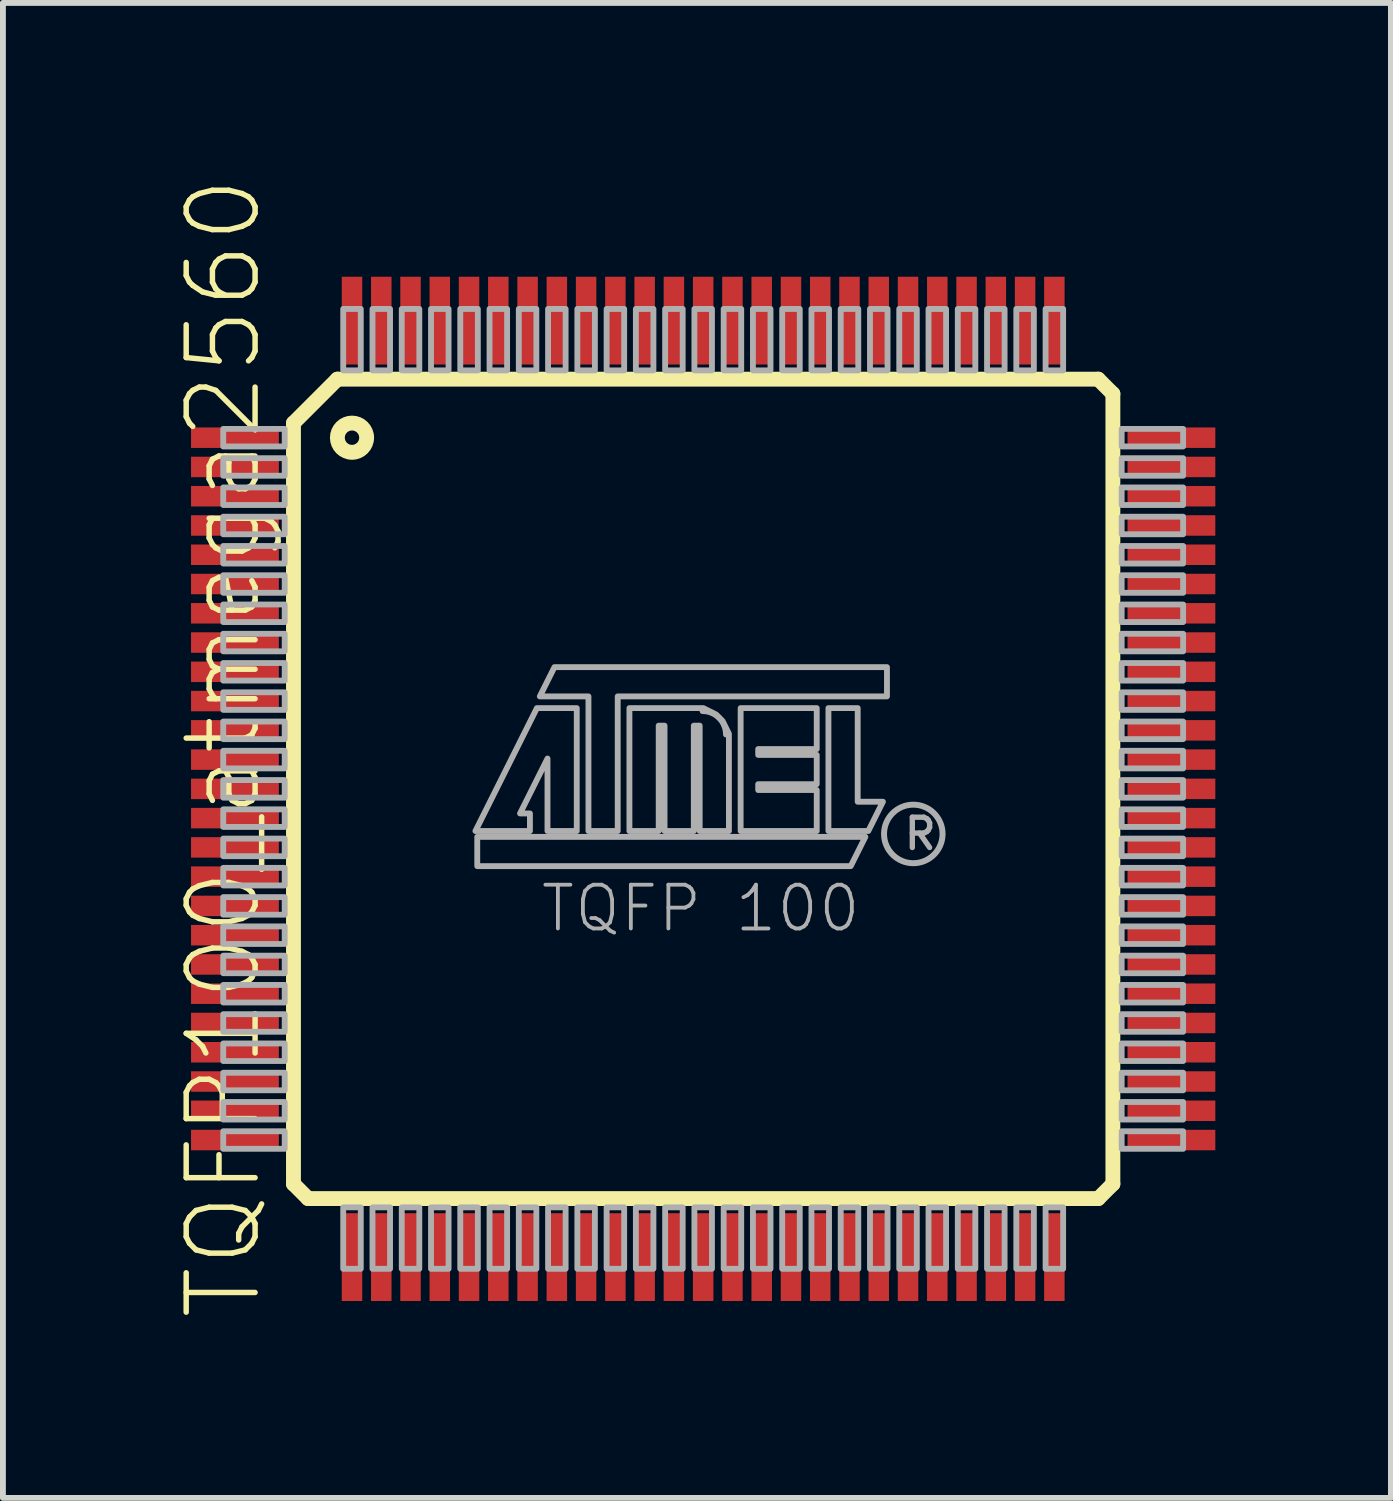
<source format=kicad_pcb>
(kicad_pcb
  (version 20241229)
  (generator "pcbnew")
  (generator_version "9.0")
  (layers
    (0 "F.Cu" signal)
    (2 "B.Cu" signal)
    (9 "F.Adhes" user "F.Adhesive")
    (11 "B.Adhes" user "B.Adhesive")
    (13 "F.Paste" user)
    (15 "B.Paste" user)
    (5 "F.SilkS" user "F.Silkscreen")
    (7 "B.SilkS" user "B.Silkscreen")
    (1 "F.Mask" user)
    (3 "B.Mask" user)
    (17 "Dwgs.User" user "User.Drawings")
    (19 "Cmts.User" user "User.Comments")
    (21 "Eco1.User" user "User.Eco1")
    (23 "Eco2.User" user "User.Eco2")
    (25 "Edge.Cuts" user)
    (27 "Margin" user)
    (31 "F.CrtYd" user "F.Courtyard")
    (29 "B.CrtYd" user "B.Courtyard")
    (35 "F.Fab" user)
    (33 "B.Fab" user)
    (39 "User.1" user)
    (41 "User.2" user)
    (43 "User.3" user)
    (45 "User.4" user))
  (footprint "TQFP100_atmega2560"
    (layer "F.Cu")
    (at 8.964 10.428)
    (property "Reference" "TQFP100_atmega2560" (at -7.507 9.114 90) (unlocked yes) (layer "F.SilkS") (effects (font (size 1.177 1.177) (thickness 0.093)) (justify left bottom)))
    (fp_line (start -7 -6.25) (end -6.25 -7) (stroke (width 0.254) (type solid)) (layer "F.SilkS"))
    (fp_line (start -7 6.75) (end -7 -6.25) (stroke (width 0.254) (type solid)) (layer "F.SilkS"))
    (fp_line (start -6.75 7) (end -7 6.75) (stroke (width 0.254) (type solid)) (layer "F.SilkS"))
    (fp_line (start -6.25 -7) (end 6.75 -7) (stroke (width 0.254) (type solid)) (layer "F.SilkS"))
    (fp_line (start 6.75 -7) (end 7 -6.75) (stroke (width 0.254) (type solid)) (layer "F.SilkS"))
    (fp_line (start 6.75 7) (end -6.75 7) (stroke (width 0.254) (type solid)) (layer "F.SilkS"))
    (fp_line (start 7 -6.75) (end 7 6.75) (stroke (width 0.254) (type solid)) (layer "F.SilkS"))
    (fp_line (start 7 6.75) (end 6.75 7) (stroke (width 0.254) (type solid)) (layer "F.SilkS"))
    (fp_circle (center -6 -6) (end -5.75 -6) (stroke (width 0.254) (type solid)) (fill no) (layer "F.SilkS"))
    (fp_arc (start -0.0099 -1.3298) (mid 0.272872 -1.212672) (end 0.39 -0.9299) (stroke (width 0.1016) (type solid)) (layer "F.Fab"))
    (fp_circle (center 3.59 0.77) (end 4.09 0.77) (stroke (width 0.102) (type solid)) (fill no) (layer "F.Fab"))
    (fp_poly (pts (xy -8.2 -5.85) (xy -7.15 -5.85) (xy -7.15 -6.15) (xy -8.2 -6.15)) (stroke (width 0.1) (type default)) (fill no) (layer "F.Fab"))
    (fp_poly (pts (xy -8.2 -5.35) (xy -7.15 -5.35) (xy -7.15 -5.65) (xy -8.2 -5.65)) (stroke (width 0.1) (type default)) (fill no) (layer "F.Fab"))
    (fp_poly (pts (xy -8.2 -4.85) (xy -7.15 -4.85) (xy -7.15 -5.15) (xy -8.2 -5.15)) (stroke (width 0.1) (type default)) (fill no) (layer "F.Fab"))
    (fp_poly (pts (xy -8.2 -4.35) (xy -7.15 -4.35) (xy -7.15 -4.65) (xy -8.2 -4.65)) (stroke (width 0.1) (type default)) (fill no) (layer "F.Fab"))
    (fp_poly (pts (xy -8.2 -3.85) (xy -7.15 -3.85) (xy -7.15 -4.15) (xy -8.2 -4.15)) (stroke (width 0.1) (type default)) (fill no) (layer "F.Fab"))
    (fp_poly (pts (xy -8.2 -3.35) (xy -7.15 -3.35) (xy -7.15 -3.65) (xy -8.2 -3.65)) (stroke (width 0.1) (type default)) (fill no) (layer "F.Fab"))
    (fp_poly (pts (xy -8.2 -2.85) (xy -7.15 -2.85) (xy -7.15 -3.15) (xy -8.2 -3.15)) (stroke (width 0.1) (type default)) (fill no) (layer "F.Fab"))
    (fp_poly (pts (xy -8.2 -2.35) (xy -7.15 -2.35) (xy -7.15 -2.65) (xy -8.2 -2.65)) (stroke (width 0.1) (type default)) (fill no) (layer "F.Fab"))
    (fp_poly (pts (xy -8.2 -1.85) (xy -7.15 -1.85) (xy -7.15 -2.15) (xy -8.2 -2.15)) (stroke (width 0.1) (type default)) (fill no) (layer "F.Fab"))
    (fp_poly (pts (xy -8.2 -1.35) (xy -7.15 -1.35) (xy -7.15 -1.65) (xy -8.2 -1.65)) (stroke (width 0.1) (type default)) (fill no) (layer "F.Fab"))
    (fp_poly (pts (xy -8.2 -0.85) (xy -7.15 -0.85) (xy -7.15 -1.15) (xy -8.2 -1.15)) (stroke (width 0.1) (type default)) (fill no) (layer "F.Fab"))
    (fp_poly (pts (xy -8.2 -0.35) (xy -7.15 -0.35) (xy -7.15 -0.65) (xy -8.2 -0.65)) (stroke (width 0.1) (type default)) (fill no) (layer "F.Fab"))
    (fp_poly (pts (xy -8.2 0.15) (xy -7.15 0.15) (xy -7.15 -0.15) (xy -8.2 -0.15)) (stroke (width 0.1) (type default)) (fill no) (layer "F.Fab"))
    (fp_poly (pts (xy -8.2 0.65) (xy -7.15 0.65) (xy -7.15 0.35) (xy -8.2 0.35)) (stroke (width 0.1) (type default)) (fill no) (layer "F.Fab"))
    (fp_poly (pts (xy -8.2 1.15) (xy -7.15 1.15) (xy -7.15 0.85) (xy -8.2 0.85)) (stroke (width 0.1) (type default)) (fill no) (layer "F.Fab"))
    (fp_poly (pts (xy -8.2 1.65) (xy -7.15 1.65) (xy -7.15 1.35) (xy -8.2 1.35)) (stroke (width 0.1) (type default)) (fill no) (layer "F.Fab"))
    (fp_poly (pts (xy -8.2 2.15) (xy -7.15 2.15) (xy -7.15 1.85) (xy -8.2 1.85)) (stroke (width 0.1) (type default)) (fill no) (layer "F.Fab"))
    (fp_poly (pts (xy -8.2 2.65) (xy -7.15 2.65) (xy -7.15 2.35) (xy -8.2 2.35)) (stroke (width 0.1) (type default)) (fill no) (layer "F.Fab"))
    (fp_poly (pts (xy -8.2 3.15) (xy -7.15 3.15) (xy -7.15 2.85) (xy -8.2 2.85)) (stroke (width 0.1) (type default)) (fill no) (layer "F.Fab"))
    (fp_poly (pts (xy -8.2 3.65) (xy -7.15 3.65) (xy -7.15 3.35) (xy -8.2 3.35)) (stroke (width 0.1) (type default)) (fill no) (layer "F.Fab"))
    (fp_poly (pts (xy -8.2 4.15) (xy -7.15 4.15) (xy -7.15 3.85) (xy -8.2 3.85)) (stroke (width 0.1) (type default)) (fill no) (layer "F.Fab"))
    (fp_poly (pts (xy -8.2 4.65) (xy -7.15 4.65) (xy -7.15 4.35) (xy -8.2 4.35)) (stroke (width 0.1) (type default)) (fill no) (layer "F.Fab"))
    (fp_poly (pts (xy -8.2 5.15) (xy -7.15 5.15) (xy -7.15 4.85) (xy -8.2 4.85)) (stroke (width 0.1) (type default)) (fill no) (layer "F.Fab"))
    (fp_poly (pts (xy -8.2 5.65) (xy -7.15 5.65) (xy -7.15 5.35) (xy -8.2 5.35)) (stroke (width 0.1) (type default)) (fill no) (layer "F.Fab"))
    (fp_poly (pts (xy -8.2 6.15) (xy -7.15 6.15) (xy -7.15 5.85) (xy -8.2 5.85)) (stroke (width 0.1) (type default)) (fill no) (layer "F.Fab"))
    (fp_poly (pts (xy -6.15 -7.15) (xy -5.85 -7.15) (xy -5.85 -8.2) (xy -6.15 -8.2)) (stroke (width 0.1) (type default)) (fill no) (layer "F.Fab"))
    (fp_poly (pts (xy -6.15 8.2) (xy -5.85 8.2) (xy -5.85 7.15) (xy -6.15 7.15)) (stroke (width 0.1) (type default)) (fill no) (layer "F.Fab"))
    (fp_poly (pts (xy -5.65 -7.15) (xy -5.35 -7.15) (xy -5.35 -8.2) (xy -5.65 -8.2)) (stroke (width 0.1) (type default)) (fill no) (layer "F.Fab"))
    (fp_poly (pts (xy -5.65 8.2) (xy -5.35 8.2) (xy -5.35 7.15) (xy -5.65 7.15)) (stroke (width 0.1) (type default)) (fill no) (layer "F.Fab"))
    (fp_poly (pts (xy -5.15 -7.15) (xy -4.85 -7.15) (xy -4.85 -8.2) (xy -5.15 -8.2)) (stroke (width 0.1) (type default)) (fill no) (layer "F.Fab"))
    (fp_poly (pts (xy -5.15 8.2) (xy -4.85 8.2) (xy -4.85 7.15) (xy -5.15 7.15)) (stroke (width 0.1) (type default)) (fill no) (layer "F.Fab"))
    (fp_poly (pts (xy -4.65 -7.15) (xy -4.35 -7.15) (xy -4.35 -8.2) (xy -4.65 -8.2)) (stroke (width 0.1) (type default)) (fill no) (layer "F.Fab"))
    (fp_poly (pts (xy -4.65 8.2) (xy -4.35 8.2) (xy -4.35 7.15) (xy -4.65 7.15)) (stroke (width 0.1) (type default)) (fill no) (layer "F.Fab"))
    (fp_poly (pts (xy -4.15 -7.15) (xy -3.85 -7.15) (xy -3.85 -8.2) (xy -4.15 -8.2)) (stroke (width 0.1) (type default)) (fill no) (layer "F.Fab"))
    (fp_poly (pts (xy -4.15 8.2) (xy -3.85 8.2) (xy -3.85 7.15) (xy -4.15 7.15)) (stroke (width 0.1) (type default)) (fill no) (layer "F.Fab"))
    (fp_poly (pts (xy -3.65 -7.15) (xy -3.35 -7.15) (xy -3.35 -8.2) (xy -3.65 -8.2)) (stroke (width 0.1) (type default)) (fill no) (layer "F.Fab"))
    (fp_poly (pts (xy -3.65 8.2) (xy -3.35 8.2) (xy -3.35 7.15) (xy -3.65 7.15)) (stroke (width 0.1) (type default)) (fill no) (layer "F.Fab"))
    (fp_poly (pts (xy -3.15 -7.15) (xy -2.85 -7.15) (xy -2.85 -8.2) (xy -3.15 -8.2)) (stroke (width 0.1) (type default)) (fill no) (layer "F.Fab"))
    (fp_poly (pts (xy -3.15 8.2) (xy -2.85 8.2) (xy -2.85 7.15) (xy -3.15 7.15)) (stroke (width 0.1) (type default)) (fill no) (layer "F.Fab"))
    (fp_poly (pts (xy -2.65 -7.15) (xy -2.35 -7.15) (xy -2.35 -8.2) (xy -2.65 -8.2)) (stroke (width 0.1) (type default)) (fill no) (layer "F.Fab"))
    (fp_poly (pts (xy -2.65 8.2) (xy -2.35 8.2) (xy -2.35 7.15) (xy -2.65 7.15)) (stroke (width 0.1) (type default)) (fill no) (layer "F.Fab"))
    (fp_poly (pts (xy -2.15 -7.15) (xy -1.85 -7.15) (xy -1.85 -8.2) (xy -2.15 -8.2)) (stroke (width 0.1) (type default)) (fill no) (layer "F.Fab"))
    (fp_poly (pts (xy -2.15 8.2) (xy -1.85 8.2) (xy -1.85 7.15) (xy -2.15 7.15)) (stroke (width 0.1) (type default)) (fill no) (layer "F.Fab"))
    (fp_poly (pts (xy -1.65 -7.15) (xy -1.35 -7.15) (xy -1.35 -8.2) (xy -1.65 -8.2)) (stroke (width 0.1) (type default)) (fill no) (layer "F.Fab"))
    (fp_poly (pts (xy -1.65 8.2) (xy -1.35 8.2) (xy -1.35 7.15) (xy -1.65 7.15)) (stroke (width 0.1) (type default)) (fill no) (layer "F.Fab"))
    (fp_poly (pts (xy -1.15 -7.15) (xy -0.85 -7.15) (xy -0.85 -8.2) (xy -1.15 -8.2)) (stroke (width 0.1) (type default)) (fill no) (layer "F.Fab"))
    (fp_poly (pts (xy -1.15 8.2) (xy -0.85 8.2) (xy -0.85 7.15) (xy -1.15 7.15)) (stroke (width 0.1) (type default)) (fill no) (layer "F.Fab"))
    (fp_poly (pts (xy -0.65 -7.15) (xy -0.35 -7.15) (xy -0.35 -8.2) (xy -0.65 -8.2)) (stroke (width 0.1) (type default)) (fill no) (layer "F.Fab"))
    (fp_poly (pts (xy -0.65 8.2) (xy -0.35 8.2) (xy -0.35 7.15) (xy -0.65 7.15)) (stroke (width 0.1) (type default)) (fill no) (layer "F.Fab"))
    (fp_poly (pts (xy -0.15 -7.15) (xy 0.15 -7.15) (xy 0.15 -8.2) (xy -0.15 -8.2)) (stroke (width 0.1) (type default)) (fill no) (layer "F.Fab"))
    (fp_poly (pts (xy -0.15 8.2) (xy 0.15 8.2) (xy 0.15 7.15) (xy -0.15 7.15)) (stroke (width 0.1) (type default)) (fill no) (layer "F.Fab"))
    (fp_poly (pts (xy 0.35 -7.15) (xy 0.65 -7.15) (xy 0.65 -8.2) (xy 0.35 -8.2)) (stroke (width 0.1) (type default)) (fill no) (layer "F.Fab"))
    (fp_poly (pts (xy 0.35 8.2) (xy 0.65 8.2) (xy 0.65 7.15) (xy 0.35 7.15)) (stroke (width 0.1) (type default)) (fill no) (layer "F.Fab"))
    (fp_poly (pts (xy 0.85 -7.15) (xy 1.15 -7.15) (xy 1.15 -8.2) (xy 0.85 -8.2)) (stroke (width 0.1) (type default)) (fill no) (layer "F.Fab"))
    (fp_poly (pts (xy 0.85 8.2) (xy 1.15 8.2) (xy 1.15 7.15) (xy 0.85 7.15)) (stroke (width 0.1) (type default)) (fill no) (layer "F.Fab"))
    (fp_poly (pts (xy 1.35 -7.15) (xy 1.65 -7.15) (xy 1.65 -8.2) (xy 1.35 -8.2)) (stroke (width 0.1) (type default)) (fill no) (layer "F.Fab"))
    (fp_poly (pts (xy 1.35 8.2) (xy 1.65 8.2) (xy 1.65 7.15) (xy 1.35 7.15)) (stroke (width 0.1) (type default)) (fill no) (layer "F.Fab"))
    (fp_poly (pts (xy 1.85 -7.15) (xy 2.15 -7.15) (xy 2.15 -8.2) (xy 1.85 -8.2)) (stroke (width 0.1) (type default)) (fill no) (layer "F.Fab"))
    (fp_poly (pts (xy 1.85 8.2) (xy 2.15 8.2) (xy 2.15 7.15) (xy 1.85 7.15)) (stroke (width 0.1) (type default)) (fill no) (layer "F.Fab"))
    (fp_poly (pts (xy 2.35 -7.15) (xy 2.65 -7.15) (xy 2.65 -8.2) (xy 2.35 -8.2)) (stroke (width 0.1) (type default)) (fill no) (layer "F.Fab"))
    (fp_poly (pts (xy 2.35 8.2) (xy 2.65 8.2) (xy 2.65 7.15) (xy 2.35 7.15)) (stroke (width 0.1) (type default)) (fill no) (layer "F.Fab"))
    (fp_poly (pts (xy 2.521 1.32) (xy -3.86 1.32) (xy -3.86 0.82) (xy 2.771 0.82)) (stroke (width 0.1) (type default)) (fill no) (layer "F.Fab"))
    (fp_poly (pts (xy 2.85 -7.15) (xy 3.15 -7.15) (xy 3.15 -8.2) (xy 2.85 -8.2)) (stroke (width 0.1) (type default)) (fill no) (layer "F.Fab"))
    (fp_poly (pts (xy 2.85 8.2) (xy 3.15 8.2) (xy 3.15 7.15) (xy 2.85 7.15)) (stroke (width 0.1) (type default)) (fill no) (layer "F.Fab"))
    (fp_poly (pts (xy 3.35 -7.15) (xy 3.65 -7.15) (xy 3.65 -8.2) (xy 3.35 -8.2)) (stroke (width 0.1) (type default)) (fill no) (layer "F.Fab"))
    (fp_poly (pts (xy 3.35 8.2) (xy 3.65 8.2) (xy 3.65 7.15) (xy 3.35 7.15)) (stroke (width 0.1) (type default)) (fill no) (layer "F.Fab"))
    (fp_poly (pts (xy 3.85 -7.15) (xy 4.15 -7.15) (xy 4.15 -8.2) (xy 3.85 -8.2)) (stroke (width 0.1) (type default)) (fill no) (layer "F.Fab"))
    (fp_poly (pts (xy 3.85 8.2) (xy 4.15 8.2) (xy 4.15 7.15) (xy 3.85 7.15)) (stroke (width 0.1) (type default)) (fill no) (layer "F.Fab"))
    (fp_poly (pts (xy 4.35 -7.15) (xy 4.65 -7.15) (xy 4.65 -8.2) (xy 4.35 -8.2)) (stroke (width 0.1) (type default)) (fill no) (layer "F.Fab"))
    (fp_poly (pts (xy 4.35 8.2) (xy 4.65 8.2) (xy 4.65 7.15) (xy 4.35 7.15)) (stroke (width 0.1) (type default)) (fill no) (layer "F.Fab"))
    (fp_poly (pts (xy 4.85 -7.15) (xy 5.15 -7.15) (xy 5.15 -8.2) (xy 4.85 -8.2)) (stroke (width 0.1) (type default)) (fill no) (layer "F.Fab"))
    (fp_poly (pts (xy 4.85 8.2) (xy 5.15 8.2) (xy 5.15 7.15) (xy 4.85 7.15)) (stroke (width 0.1) (type default)) (fill no) (layer "F.Fab"))
    (fp_poly (pts (xy 5.35 -7.15) (xy 5.65 -7.15) (xy 5.65 -8.2) (xy 5.35 -8.2)) (stroke (width 0.1) (type default)) (fill no) (layer "F.Fab"))
    (fp_poly (pts (xy 5.35 8.2) (xy 5.65 8.2) (xy 5.65 7.15) (xy 5.35 7.15)) (stroke (width 0.1) (type default)) (fill no) (layer "F.Fab"))
    (fp_poly (pts (xy 5.85 -7.15) (xy 6.15 -7.15) (xy 6.15 -8.2) (xy 5.85 -8.2)) (stroke (width 0.1) (type default)) (fill no) (layer "F.Fab"))
    (fp_poly (pts (xy 5.85 8.2) (xy 6.15 8.2) (xy 6.15 7.15) (xy 5.85 7.15)) (stroke (width 0.1) (type default)) (fill no) (layer "F.Fab"))
    (fp_poly (pts (xy 7.15 -5.85) (xy 8.2 -5.85) (xy 8.2 -6.15) (xy 7.15 -6.15)) (stroke (width 0.1) (type default)) (fill no) (layer "F.Fab"))
    (fp_poly (pts (xy 7.15 -5.35) (xy 8.2 -5.35) (xy 8.2 -5.65) (xy 7.15 -5.65)) (stroke (width 0.1) (type default)) (fill no) (layer "F.Fab"))
    (fp_poly (pts (xy 7.15 -4.85) (xy 8.2 -4.85) (xy 8.2 -5.15) (xy 7.15 -5.15)) (stroke (width 0.1) (type default)) (fill no) (layer "F.Fab"))
    (fp_poly (pts (xy 7.15 -4.35) (xy 8.2 -4.35) (xy 8.2 -4.65) (xy 7.15 -4.65)) (stroke (width 0.1) (type default)) (fill no) (layer "F.Fab"))
    (fp_poly (pts (xy 7.15 -3.85) (xy 8.2 -3.85) (xy 8.2 -4.15) (xy 7.15 -4.15)) (stroke (width 0.1) (type default)) (fill no) (layer "F.Fab"))
    (fp_poly (pts (xy 7.15 -3.35) (xy 8.2 -3.35) (xy 8.2 -3.65) (xy 7.15 -3.65)) (stroke (width 0.1) (type default)) (fill no) (layer "F.Fab"))
    (fp_poly (pts (xy 7.15 -2.85) (xy 8.2 -2.85) (xy 8.2 -3.15) (xy 7.15 -3.15)) (stroke (width 0.1) (type default)) (fill no) (layer "F.Fab"))
    (fp_poly (pts (xy 7.15 -2.35) (xy 8.2 -2.35) (xy 8.2 -2.65) (xy 7.15 -2.65)) (stroke (width 0.1) (type default)) (fill no) (layer "F.Fab"))
    (fp_poly (pts (xy 7.15 -1.85) (xy 8.2 -1.85) (xy 8.2 -2.15) (xy 7.15 -2.15)) (stroke (width 0.1) (type default)) (fill no) (layer "F.Fab"))
    (fp_poly (pts (xy 7.15 -1.35) (xy 8.2 -1.35) (xy 8.2 -1.65) (xy 7.15 -1.65)) (stroke (width 0.1) (type default)) (fill no) (layer "F.Fab"))
    (fp_poly (pts (xy 7.15 -0.85) (xy 8.2 -0.85) (xy 8.2 -1.15) (xy 7.15 -1.15)) (stroke (width 0.1) (type default)) (fill no) (layer "F.Fab"))
    (fp_poly (pts (xy 7.15 -0.35) (xy 8.2 -0.35) (xy 8.2 -0.65) (xy 7.15 -0.65)) (stroke (width 0.1) (type default)) (fill no) (layer "F.Fab"))
    (fp_poly (pts (xy 7.15 0.15) (xy 8.2 0.15) (xy 8.2 -0.15) (xy 7.15 -0.15)) (stroke (width 0.1) (type default)) (fill no) (layer "F.Fab"))
    (fp_poly (pts (xy 7.15 0.65) (xy 8.2 0.65) (xy 8.2 0.35) (xy 7.15 0.35)) (stroke (width 0.1) (type default)) (fill no) (layer "F.Fab"))
    (fp_poly (pts (xy 7.15 1.15) (xy 8.2 1.15) (xy 8.2 0.85) (xy 7.15 0.85)) (stroke (width 0.1) (type default)) (fill no) (layer "F.Fab"))
    (fp_poly (pts (xy 7.15 1.65) (xy 8.2 1.65) (xy 8.2 1.35) (xy 7.15 1.35)) (stroke (width 0.1) (type default)) (fill no) (layer "F.Fab"))
    (fp_poly (pts (xy 7.15 2.15) (xy 8.2 2.15) (xy 8.2 1.85) (xy 7.15 1.85)) (stroke (width 0.1) (type default)) (fill no) (layer "F.Fab"))
    (fp_poly (pts (xy 7.15 2.65) (xy 8.2 2.65) (xy 8.2 2.35) (xy 7.15 2.35)) (stroke (width 0.1) (type default)) (fill no) (layer "F.Fab"))
    (fp_poly (pts (xy 7.15 3.15) (xy 8.2 3.15) (xy 8.2 2.85) (xy 7.15 2.85)) (stroke (width 0.1) (type default)) (fill no) (layer "F.Fab"))
    (fp_poly (pts (xy 7.15 3.65) (xy 8.2 3.65) (xy 8.2 3.35) (xy 7.15 3.35)) (stroke (width 0.1) (type default)) (fill no) (layer "F.Fab"))
    (fp_poly (pts (xy 7.15 4.15) (xy 8.2 4.15) (xy 8.2 3.85) (xy 7.15 3.85)) (stroke (width 0.1) (type default)) (fill no) (layer "F.Fab"))
    (fp_poly (pts (xy 7.15 4.65) (xy 8.2 4.65) (xy 8.2 4.35) (xy 7.15 4.35)) (stroke (width 0.1) (type default)) (fill no) (layer "F.Fab"))
    (fp_poly (pts (xy 7.15 5.15) (xy 8.2 5.15) (xy 8.2 4.85) (xy 7.15 4.85)) (stroke (width 0.1) (type default)) (fill no) (layer "F.Fab"))
    (fp_poly (pts (xy 7.15 5.65) (xy 8.2 5.65) (xy 8.2 5.35) (xy 7.15 5.35)) (stroke (width 0.1) (type default)) (fill no) (layer "F.Fab"))
    (fp_poly (pts (xy 7.15 6.15) (xy 8.2 6.15) (xy 8.2 5.85) (xy 7.15 5.85)) (stroke (width 0.1) (type default)) (fill no) (layer "F.Fab"))
    (fp_poly (pts (xy 2.64 0.22) (xy 3.071 0.22) (xy 2.821 0.72) (xy 2.14 0.72) (xy 2.14 -1.38) (xy 2.64 -1.38)) (stroke (width 0.1) (type default)) (fill no) (layer "F.Fab"))
    (fp_poly (pts (xy 3.14 -1.58) (xy -1.46 -1.58) (xy -1.46 0.72) (xy -1.96 0.72) (xy -1.96 -1.58) (xy -2.791 -1.58) (xy -2.541 -2.08) (xy 3.14 -2.08)) (stroke (width 0.1) (type default)) (fill no) (layer "F.Fab"))
    (fp_poly (pts (xy -2.16 0.72) (xy -2.66 0.72) (xy -2.66 -0.518) (xy -3.129 0.42) (xy -2.96 0.42) (xy -2.96 0.72) (xy -3.891 0.72) (xy -2.841 -1.38) (xy -2.16 -1.38)) (stroke (width 0.1) (type default)) (fill no) (layer "F.Fab"))
    (fp_poly (pts (xy 1.94 -0.68) (xy 0.94 -0.68) (xy 0.94 -0.58) (xy 1.94 -0.58) (xy 1.94 -0.08) (xy 0.94 -0.08) (xy 0.94 0.02) (xy 1.94 0.02) (xy 1.94 0.72) (xy 0.64 0.72) (xy 0.64 -1.38) (xy 1.94 -1.38)) (stroke (width 0.1) (type default)) (fill no) (layer "F.Fab"))
    (fp_poly (pts (xy 0.22 -1.271) (xy 0.331 -1.16) (xy 0.44 -0.942) (xy 0.44 0.72) (xy -0.06 0.72) (xy -0.06 -1.08) (xy -0.16 -1.08) (xy -0.16 0.72) (xy -0.66 0.72) (xy -0.66 -1.08) (xy -0.76 -1.08) (xy -0.76 0.72) (xy -1.26 0.72) (xy -1.26 -1.38) (xy 0.002 -1.38)) (stroke (width 0.1) (type default)) (fill no) (layer "F.Fab"))
    (fp_text user "R" (at 3.39 1.07 0) (unlocked yes) (layer "F.Fab") (effects (font (size 0.518 0.518) (thickness 0.091)) (justify left bottom)))
    (fp_text user "TQFP 100" (at -2.81 2.48 0) (unlocked yes) (layer "F.Fab") (effects (font (size 0.748 0.748) (thickness 0.065)) (justify left bottom)))
    (pad "1" smd rect (at -8 -6) (size 1.5 0.35) (layers "F.Cu" "F.Mask" "F.Paste"))
    (pad "2" smd rect (at -8 -5.5) (size 1.5 0.35) (layers "F.Cu" "F.Mask" "F.Paste"))
    (pad "3" smd rect (at -8 -5) (size 1.5 0.35) (layers "F.Cu" "F.Mask" "F.Paste"))
    (pad "4" smd rect (at -8 -4.5) (size 1.5 0.35) (layers "F.Cu" "F.Mask" "F.Paste"))
    (pad "5" smd rect (at -8 -4) (size 1.5 0.35) (layers "F.Cu" "F.Mask" "F.Paste"))
    (pad "6" smd rect (at -8 -3.5) (size 1.5 0.35) (layers "F.Cu" "F.Mask" "F.Paste"))
    (pad "7" smd rect (at -8 -3) (size 1.5 0.35) (layers "F.Cu" "F.Mask" "F.Paste"))
    (pad "8" smd rect (at -8 -2.5) (size 1.5 0.35) (layers "F.Cu" "F.Mask" "F.Paste"))
    (pad "9" smd rect (at -8 -2) (size 1.5 0.35) (layers "F.Cu" "F.Mask" "F.Paste"))
    (pad "10" smd rect (at -8 -1.5) (size 1.5 0.35) (layers "F.Cu" "F.Mask" "F.Paste"))
    (pad "11" smd rect (at -8 -1) (size 1.5 0.35) (layers "F.Cu" "F.Mask" "F.Paste"))
    (pad "12" smd rect (at -8 -0.5) (size 1.5 0.35) (layers "F.Cu" "F.Mask" "F.Paste"))
    (pad "13" smd rect (at -8 0) (size 1.5 0.35) (layers "F.Cu" "F.Mask" "F.Paste"))
    (pad "14" smd rect (at -8 0.5) (size 1.5 0.35) (layers "F.Cu" "F.Mask" "F.Paste"))
    (pad "15" smd rect (at -8 1) (size 1.5 0.35) (layers "F.Cu" "F.Mask" "F.Paste"))
    (pad "16" smd rect (at -8 1.5) (size 1.5 0.35) (layers "F.Cu" "F.Mask" "F.Paste"))
    (pad "17" smd rect (at -8 2) (size 1.5 0.35) (layers "F.Cu" "F.Mask" "F.Paste"))
    (pad "18" smd rect (at -8 2.5) (size 1.5 0.35) (layers "F.Cu" "F.Mask" "F.Paste"))
    (pad "19" smd rect (at -8 3) (size 1.5 0.35) (layers "F.Cu" "F.Mask" "F.Paste"))
    (pad "20" smd rect (at -8 3.5) (size 1.5 0.35) (layers "F.Cu" "F.Mask" "F.Paste"))
    (pad "21" smd rect (at -8 4) (size 1.5 0.35) (layers "F.Cu" "F.Mask" "F.Paste"))
    (pad "22" smd rect (at -8 4.5) (size 1.5 0.35) (layers "F.Cu" "F.Mask" "F.Paste"))
    (pad "23" smd rect (at -8 5) (size 1.5 0.35) (layers "F.Cu" "F.Mask" "F.Paste"))
    (pad "24" smd rect (at -8 5.5) (size 1.5 0.35) (layers "F.Cu" "F.Mask" "F.Paste"))
    (pad "25" smd rect (at -8 6) (size 1.5 0.35) (layers "F.Cu" "F.Mask" "F.Paste"))
    (pad "26" smd rect (at -6 8) (size 0.35 1.5) (layers "F.Cu" "F.Mask" "F.Paste"))
    (pad "27" smd rect (at -5.5 8) (size 0.35 1.5) (layers "F.Cu" "F.Mask" "F.Paste"))
    (pad "28" smd rect (at -5 8) (size 0.35 1.5) (layers "F.Cu" "F.Mask" "F.Paste"))
    (pad "29" smd rect (at -4.5 8) (size 0.35 1.5) (layers "F.Cu" "F.Mask" "F.Paste"))
    (pad "30" smd rect (at -4 8) (size 0.35 1.5) (layers "F.Cu" "F.Mask" "F.Paste"))
    (pad "31" smd rect (at -3.5 8) (size 0.35 1.5) (layers "F.Cu" "F.Mask" "F.Paste"))
    (pad "32" smd rect (at -3 8) (size 0.35 1.5) (layers "F.Cu" "F.Mask" "F.Paste"))
    (pad "33" smd rect (at -2.5 8) (size 0.35 1.5) (layers "F.Cu" "F.Mask" "F.Paste"))
    (pad "34" smd rect (at -2 8) (size 0.35 1.5) (layers "F.Cu" "F.Mask" "F.Paste"))
    (pad "35" smd rect (at -1.5 8) (size 0.35 1.5) (layers "F.Cu" "F.Mask" "F.Paste"))
    (pad "36" smd rect (at -1 8) (size 0.35 1.5) (layers "F.Cu" "F.Mask" "F.Paste"))
    (pad "37" smd rect (at -0.5 8) (size 0.35 1.5) (layers "F.Cu" "F.Mask" "F.Paste"))
    (pad "38" smd rect (at 0 8) (size 0.35 1.5) (layers "F.Cu" "F.Mask" "F.Paste"))
    (pad "39" smd rect (at 0.5 8) (size 0.35 1.5) (layers "F.Cu" "F.Mask" "F.Paste"))
    (pad "40" smd rect (at 1 8) (size 0.35 1.5) (layers "F.Cu" "F.Mask" "F.Paste"))
    (pad "41" smd rect (at 1.5 8) (size 0.35 1.5) (layers "F.Cu" "F.Mask" "F.Paste"))
    (pad "42" smd rect (at 2 8) (size 0.35 1.5) (layers "F.Cu" "F.Mask" "F.Paste"))
    (pad "43" smd rect (at 2.5 8) (size 0.35 1.5) (layers "F.Cu" "F.Mask" "F.Paste"))
    (pad "44" smd rect (at 3 8) (size 0.35 1.5) (layers "F.Cu" "F.Mask" "F.Paste"))
    (pad "45" smd rect (at 3.5 8) (size 0.35 1.5) (layers "F.Cu" "F.Mask" "F.Paste"))
    (pad "46" smd rect (at 4 8) (size 0.35 1.5) (layers "F.Cu" "F.Mask" "F.Paste"))
    (pad "47" smd rect (at 4.5 8) (size 0.35 1.5) (layers "F.Cu" "F.Mask" "F.Paste"))
    (pad "48" smd rect (at 5 8) (size 0.35 1.5) (layers "F.Cu" "F.Mask" "F.Paste"))
    (pad "49" smd rect (at 5.5 8) (size 0.35 1.5) (layers "F.Cu" "F.Mask" "F.Paste"))
    (pad "50" smd rect (at 6 8) (size 0.35 1.5) (layers "F.Cu" "F.Mask" "F.Paste"))
    (pad "51" smd rect (at 8 6) (size 1.5 0.35) (layers "F.Cu" "F.Mask" "F.Paste"))
    (pad "52" smd rect (at 8 5.5) (size 1.5 0.35) (layers "F.Cu" "F.Mask" "F.Paste"))
    (pad "53" smd rect (at 8 5) (size 1.5 0.35) (layers "F.Cu" "F.Mask" "F.Paste"))
    (pad "54" smd rect (at 8 4.5) (size 1.5 0.35) (layers "F.Cu" "F.Mask" "F.Paste"))
    (pad "55" smd rect (at 8 4) (size 1.5 0.35) (layers "F.Cu" "F.Mask" "F.Paste"))
    (pad "56" smd rect (at 8 3.5) (size 1.5 0.35) (layers "F.Cu" "F.Mask" "F.Paste"))
    (pad "57" smd rect (at 8 3) (size 1.5 0.35) (layers "F.Cu" "F.Mask" "F.Paste"))
    (pad "58" smd rect (at 8 2.5) (size 1.5 0.35) (layers "F.Cu" "F.Mask" "F.Paste"))
    (pad "59" smd rect (at 8 2) (size 1.5 0.35) (layers "F.Cu" "F.Mask" "F.Paste"))
    (pad "60" smd rect (at 8 1.5) (size 1.5 0.35) (layers "F.Cu" "F.Mask" "F.Paste"))
    (pad "61" smd rect (at 8 1) (size 1.5 0.35) (layers "F.Cu" "F.Mask" "F.Paste"))
    (pad "62" smd rect (at 8 0.5) (size 1.5 0.35) (layers "F.Cu" "F.Mask" "F.Paste"))
    (pad "63" smd rect (at 8 0) (size 1.5 0.35) (layers "F.Cu" "F.Mask" "F.Paste"))
    (pad "64" smd rect (at 8 -0.5) (size 1.5 0.35) (layers "F.Cu" "F.Mask" "F.Paste"))
    (pad "65" smd rect (at 8 -1) (size 1.5 0.35) (layers "F.Cu" "F.Mask" "F.Paste"))
    (pad "66" smd rect (at 8 -1.5) (size 1.5 0.35) (layers "F.Cu" "F.Mask" "F.Paste"))
    (pad "67" smd rect (at 8 -2) (size 1.5 0.35) (layers "F.Cu" "F.Mask" "F.Paste"))
    (pad "68" smd rect (at 8 -2.5) (size 1.5 0.35) (layers "F.Cu" "F.Mask" "F.Paste"))
    (pad "69" smd rect (at 8 -3) (size 1.5 0.35) (layers "F.Cu" "F.Mask" "F.Paste"))
    (pad "70" smd rect (at 8 -3.5) (size 1.5 0.35) (layers "F.Cu" "F.Mask" "F.Paste"))
    (pad "71" smd rect (at 8 -4) (size 1.5 0.35) (layers "F.Cu" "F.Mask" "F.Paste"))
    (pad "72" smd rect (at 8 -4.5) (size 1.5 0.35) (layers "F.Cu" "F.Mask" "F.Paste"))
    (pad "73" smd rect (at 8 -5) (size 1.5 0.35) (layers "F.Cu" "F.Mask" "F.Paste"))
    (pad "74" smd rect (at 8 -5.5) (size 1.5 0.35) (layers "F.Cu" "F.Mask" "F.Paste"))
    (pad "75" smd rect (at 8 -6) (size 1.5 0.35) (layers "F.Cu" "F.Mask" "F.Paste"))
    (pad "76" smd rect (at 6 -8) (size 0.35 1.5) (layers "F.Cu" "F.Mask" "F.Paste"))
    (pad "77" smd rect (at 5.5 -8) (size 0.35 1.5) (layers "F.Cu" "F.Mask" "F.Paste"))
    (pad "78" smd rect (at 5 -8) (size 0.35 1.5) (layers "F.Cu" "F.Mask" "F.Paste"))
    (pad "79" smd rect (at 4.5 -8) (size 0.35 1.5) (layers "F.Cu" "F.Mask" "F.Paste"))
    (pad "80" smd rect (at 4 -8) (size 0.35 1.5) (layers "F.Cu" "F.Mask" "F.Paste"))
    (pad "81" smd rect (at 3.5 -8) (size 0.35 1.5) (layers "F.Cu" "F.Mask" "F.Paste"))
    (pad "82" smd rect (at 3 -8) (size 0.35 1.5) (layers "F.Cu" "F.Mask" "F.Paste"))
    (pad "83" smd rect (at 2.5 -8) (size 0.35 1.5) (layers "F.Cu" "F.Mask" "F.Paste"))
    (pad "84" smd rect (at 2 -8) (size 0.35 1.5) (layers "F.Cu" "F.Mask" "F.Paste"))
    (pad "85" smd rect (at 1.5 -8) (size 0.35 1.5) (layers "F.Cu" "F.Mask" "F.Paste"))
    (pad "86" smd rect (at 1 -8) (size 0.35 1.5) (layers "F.Cu" "F.Mask" "F.Paste"))
    (pad "87" smd rect (at 0.5 -8) (size 0.35 1.5) (layers "F.Cu" "F.Mask" "F.Paste"))
    (pad "88" smd rect (at 0 -8) (size 0.35 1.5) (layers "F.Cu" "F.Mask" "F.Paste"))
    (pad "89" smd rect (at -0.5 -8) (size 0.35 1.5) (layers "F.Cu" "F.Mask" "F.Paste"))
    (pad "90" smd rect (at -1 -8) (size 0.35 1.5) (layers "F.Cu" "F.Mask" "F.Paste"))
    (pad "91" smd rect (at -1.5 -8) (size 0.35 1.5) (layers "F.Cu" "F.Mask" "F.Paste"))
    (pad "92" smd rect (at -2 -8) (size 0.35 1.5) (layers "F.Cu" "F.Mask" "F.Paste"))
    (pad "93" smd rect (at -2.5 -8) (size 0.35 1.5) (layers "F.Cu" "F.Mask" "F.Paste"))
    (pad "94" smd rect (at -3 -8) (size 0.35 1.5) (layers "F.Cu" "F.Mask" "F.Paste"))
    (pad "95" smd rect (at -3.5 -8) (size 0.35 1.5) (layers "F.Cu" "F.Mask" "F.Paste"))
    (pad "96" smd rect (at -4 -8) (size 0.35 1.5) (layers "F.Cu" "F.Mask" "F.Paste"))
    (pad "97" smd rect (at -4.5 -8) (size 0.35 1.5) (layers "F.Cu" "F.Mask" "F.Paste"))
    (pad "98" smd rect (at -5 -8) (size 0.35 1.5) (layers "F.Cu" "F.Mask" "F.Paste"))
    (pad "99" smd rect (at -5.5 -8) (size 0.35 1.5) (layers "F.Cu" "F.Mask" "F.Paste"))
    (pad "100" smd rect (at -6 -8) (size 0.35 1.5) (layers "F.Cu" "F.Mask" "F.Paste")))
  (gr_rect
    (start -3 -3)
    (end 20.714 22.542)
    (stroke (width 0.1) (type default))
    (fill no)
    (layer "Edge.Cuts")))
</source>
